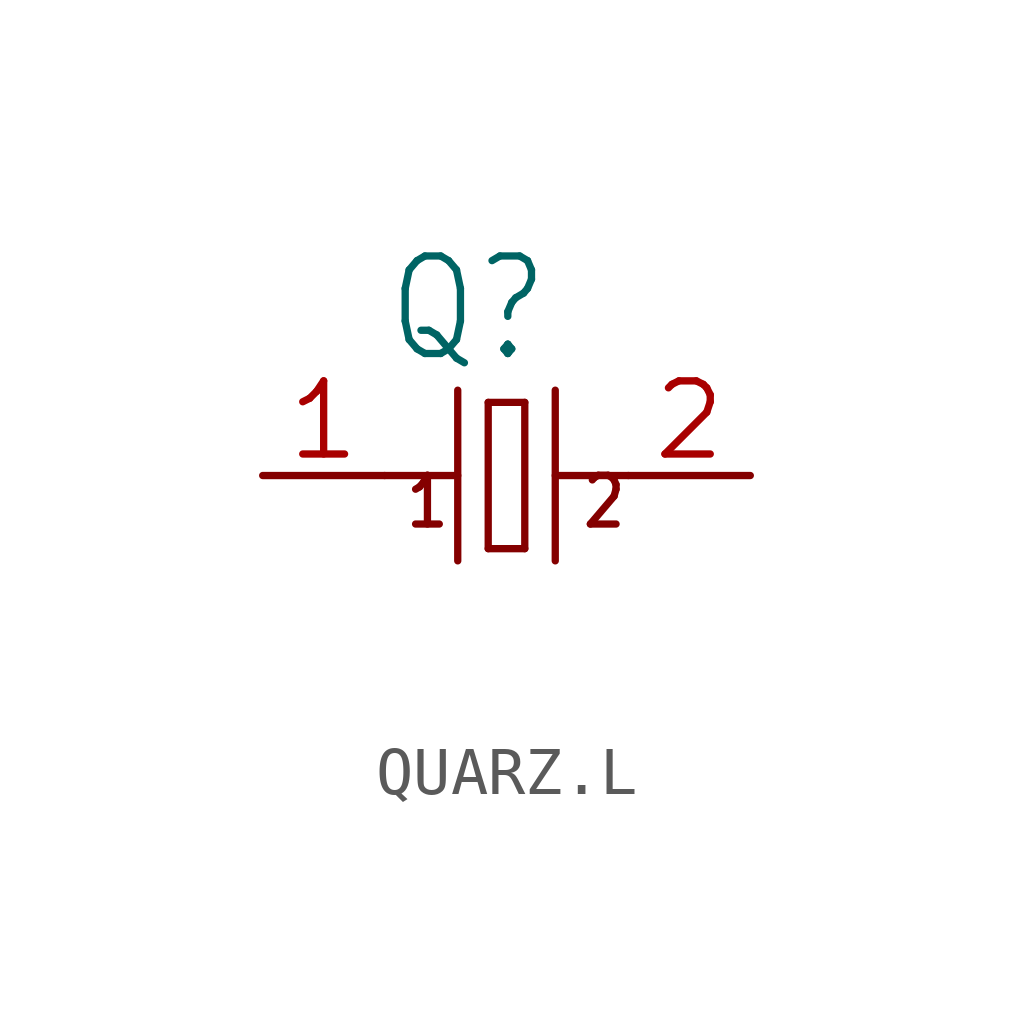
<source format=kicad_sym>
(kicad_symbol_lib
  (version 20241209)
  (generator "kicad_symbol_editor")
  (generator_version "9.0")
  (symbol "QUARZ.L"
    (property "Reference" "Q"
      (at -2.54 2.286 0)
      (effects (font (size 2.032 1.727)) (justify left bottom)))
    (property "Value" ""
      (at -2.54 -4.318 0)
      (effects (font (size 2.032 1.727)) (justify left bottom)))
    (property "ki_locked" ""
      (at 0 0 0)
      (effects (font (size 1.27 1.27))))
    (symbol "QUARZ.L_1_0"
      (polyline (pts (xy -2.54 0) (xy -1.016 0)) (stroke (width 0.152) (type solid)) (fill (type none)))
      (polyline (pts (xy -1.016 1.778) (xy -1.016 -1.778)) (stroke (width 0.152) (type solid)) (fill (type none)))
      (polyline (pts (xy -0.381 1.524) (xy -0.381 -1.524)) (stroke (width 0.152) (type solid)) (fill (type none)))
      (polyline (pts (xy -0.381 -1.524) (xy 0.381 -1.524)) (stroke (width 0.152) (type solid)) (fill (type none)))
      (polyline (pts (xy 0.381 1.524) (xy -0.381 1.524)) (stroke (width 0.152) (type solid)) (fill (type none)))
      (polyline (pts (xy 0.381 -1.524) (xy 0.381 1.524)) (stroke (width 0.152) (type solid)) (fill (type none)))
      (polyline (pts (xy 1.016 1.778) (xy 1.016 -1.778)) (stroke (width 0.152) (type solid)) (fill (type none)))
      (polyline (pts (xy 1.016 0) (xy 2.54 0)) (stroke (width 0.152) (type solid)) (fill (type none)))
      (text "1" (at -2.159 -1.143 0) (effects (font (size 1.016 0.864)) (justify left bottom)))
      (text "2" (at 1.524 -1.143 0) (effects (font (size 1.016 0.864)) (justify left bottom)))
      (pin passive line (at -5.08 0 0) (length 2.54) (name "1" (effects (font (size 0 0)))) (number "1" (effects (font (size 1.524 1.524)))))
      (pin passive line (at 5.08 0 180) (length 2.54) (name "2" (effects (font (size 0 0)))) (number "2" (effects (font (size 1.524 1.524))))))))
</source>
